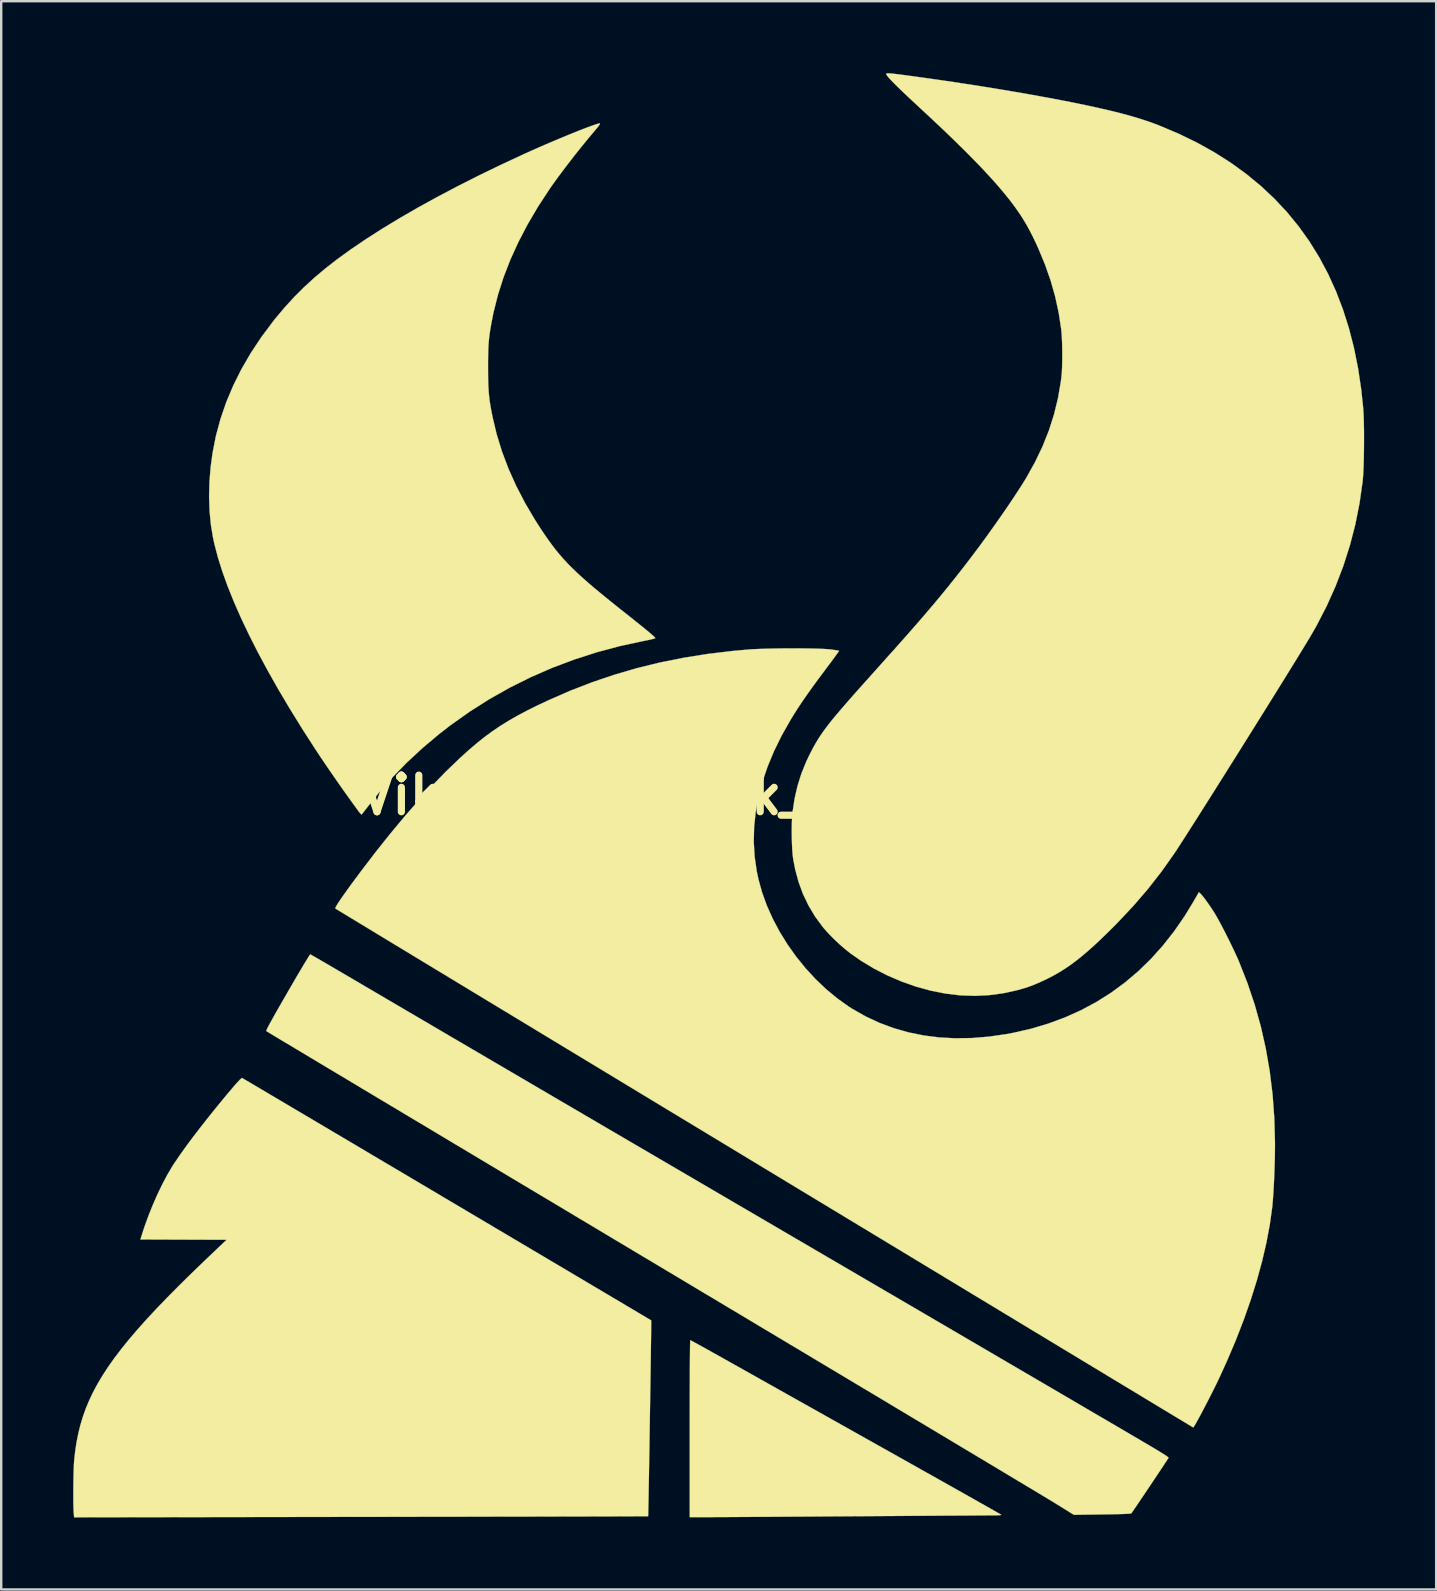
<source format=kicad_pcb>
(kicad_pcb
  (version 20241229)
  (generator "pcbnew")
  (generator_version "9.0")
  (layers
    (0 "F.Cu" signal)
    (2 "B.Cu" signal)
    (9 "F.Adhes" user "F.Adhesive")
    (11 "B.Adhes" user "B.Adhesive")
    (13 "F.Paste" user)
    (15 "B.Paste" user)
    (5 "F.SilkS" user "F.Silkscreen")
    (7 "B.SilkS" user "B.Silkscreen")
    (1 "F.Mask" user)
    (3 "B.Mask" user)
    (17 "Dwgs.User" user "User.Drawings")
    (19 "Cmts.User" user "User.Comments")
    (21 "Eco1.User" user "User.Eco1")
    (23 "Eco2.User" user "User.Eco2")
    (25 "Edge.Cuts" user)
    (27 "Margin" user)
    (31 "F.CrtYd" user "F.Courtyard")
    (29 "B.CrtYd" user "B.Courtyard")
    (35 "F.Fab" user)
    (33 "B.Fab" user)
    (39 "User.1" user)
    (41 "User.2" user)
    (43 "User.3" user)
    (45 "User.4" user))
  (footprint "VikingLogo_Silk_54x60mm"
    (layer "F.Cu")
    (at 26.88 30.079)
    (property "Reference" "VikingLogo_Silk_54x60mm" (at 0 0 0) (layer "F.SilkS") (effects (font (size 1.524 1.524) (thickness 0.3))))
    (attr through_hole)
    (fp_poly (pts (xy -1.146 22.717) (xy -1.079 22.752) (xy -0.975 22.809) (xy -0.837 22.885) (xy -0.668 22.979) (xy -0.471 23.088) (xy -0.249 23.212) (xy -0.007 23.347) (xy 0.253 23.493) (xy 0.527 23.647) (xy 0.679 23.732) (xy 0.888 23.849) (xy 1.139 23.99) (xy 1.427 24.152) (xy 1.75 24.334) (xy 2.104 24.533) (xy 2.486 24.747) (xy 2.892 24.976) (xy 3.32 25.216) (xy 3.766 25.466) (xy 4.227 25.725) (xy 4.699 25.99) (xy 5.179 26.26) (xy 5.664 26.532) (xy 6.151 26.806) (xy 6.636 27.078) (xy 7.116 27.347) (xy 7.132 27.356) (xy 7.582 27.609) (xy 8.02 27.855) (xy 8.445 28.094) (xy 8.853 28.323) (xy 9.244 28.543) (xy 9.615 28.752) (xy 9.964 28.948) (xy 10.288 29.131) (xy 10.587 29.299) (xy 10.857 29.452) (xy 11.097 29.587) (xy 11.304 29.704) (xy 11.477 29.802) (xy 11.613 29.88) (xy 11.711 29.936) (xy 11.768 29.969) (xy 11.783 29.978) (xy 11.77 29.988) (xy 11.709 29.996) (xy 11.605 30.001) (xy 11.466 30.003) (xy 11.407 30.003) (xy 11.301 30.003) (xy 11.148 30.004) (xy 10.953 30.005) (xy 10.716 30.007) (xy 10.441 30.009) (xy 10.131 30.011) (xy 9.787 30.013) (xy 9.412 30.015) (xy 9.009 30.018) (xy 8.58 30.021) (xy 8.128 30.023) (xy 7.655 30.027) (xy 7.164 30.03) (xy 6.658 30.033) (xy 6.138 30.037) (xy 5.619 30.04) (xy 5.084 30.044) (xy 4.557 30.047) (xy 4.04 30.051) (xy 3.537 30.054) (xy 3.05 30.057) (xy 2.583 30.06) (xy 2.136 30.063) (xy 1.714 30.065) (xy 1.319 30.068) (xy 0.954 30.07) (xy 0.62 30.072) (xy 0.322 30.074) (xy 0.062 30.075) (xy -0.158 30.076) (xy -0.335 30.077) (xy -0.466 30.078) (xy -0.54 30.078) (xy -1.195 30.078) (xy -1.195 26.392) (xy -1.195 25.869) (xy -1.194 25.381) (xy -1.194 24.93) (xy -1.192 24.516) (xy -1.191 24.141) (xy -1.189 23.806) (xy -1.187 23.513) (xy -1.185 23.263) (xy -1.183 23.058) (xy -1.18 22.898) (xy -1.177 22.785) (xy -1.174 22.721) (xy -1.171 22.705) (xy -1.146 22.717)) (stroke (width 0.01) (type solid)) (fill yes) (layer "F.SilkS"))
    (fp_poly (pts (xy -19.846 11.781) (xy -19.822 11.794) (xy -19.757 11.833) (xy -19.652 11.895) (xy -19.508 11.979) (xy -19.328 12.086) (xy -19.113 12.213) (xy -18.866 12.359) (xy -18.587 12.524) (xy -18.279 12.706) (xy -17.944 12.905) (xy -17.583 13.119) (xy -17.198 13.346) (xy -16.791 13.587) (xy -16.364 13.84) (xy -15.919 14.104) (xy -15.457 14.377) (xy -14.981 14.659) (xy -14.492 14.949) (xy -13.991 15.246) (xy -13.481 15.548) (xy -12.964 15.854) (xy -12.441 16.164) (xy -11.914 16.476) (xy -11.386 16.79) (xy -10.857 17.103) (xy -10.329 17.416) (xy -9.805 17.726) (xy -9.287 18.034) (xy -8.775 18.337) (xy -8.272 18.635) (xy -7.78 18.927) (xy -7.3 19.211) (xy -6.835 19.487) (xy -6.385 19.753) (xy -5.954 20.009) (xy -5.542 20.253) (xy -5.152 20.485) (xy -4.785 20.702) (xy -4.444 20.905) (xy -4.129 21.091) (xy -3.844 21.261) (xy -3.588 21.412) (xy -3.366 21.545) (xy -3.177 21.657) (xy -3.025 21.747) (xy -2.91 21.815) (xy -2.835 21.86) (xy -2.802 21.88) (xy -2.8 21.881) (xy -2.8 21.907) (xy -2.8 21.98) (xy -2.801 22.098) (xy -2.802 22.257) (xy -2.804 22.453) (xy -2.807 22.684) (xy -2.811 22.945) (xy -2.815 23.235) (xy -2.819 23.55) (xy -2.824 23.885) (xy -2.829 24.239) (xy -2.835 24.607) (xy -2.841 24.987) (xy -2.847 25.375) (xy -2.853 25.768) (xy -2.859 26.162) (xy -2.865 26.555) (xy -2.871 26.943) (xy -2.877 27.323) (xy -2.884 27.691) (xy -2.889 28.044) (xy -2.895 28.379) (xy -2.901 28.693) (xy -2.906 28.982) (xy -2.91 29.243) (xy -2.915 29.473) (xy -2.919 29.669) (xy -2.922 29.826) (xy -2.925 29.943) (xy -2.927 30.015) (xy -2.928 30.04) (xy -2.954 30.04) (xy -3.029 30.041) (xy -3.152 30.042) (xy -3.321 30.042) (xy -3.534 30.043) (xy -3.79 30.044) (xy -4.088 30.045) (xy -4.426 30.046) (xy -4.802 30.047) (xy -5.214 30.048) (xy -5.662 30.049) (xy -6.144 30.05) (xy -6.657 30.051) (xy -7.201 30.053) (xy -7.773 30.054) (xy -8.373 30.055) (xy -8.999 30.056) (xy -9.649 30.057) (xy -10.321 30.059) (xy -11.014 30.06) (xy -11.727 30.061) (xy -12.457 30.062) (xy -13.204 30.064) (xy -13.966 30.065) (xy -14.741 30.066) (xy -14.889 30.066) (xy -26.841 30.085) (xy -26.858 29.91) (xy -26.865 29.798) (xy -26.87 29.644) (xy -26.874 29.456) (xy -26.875 29.243) (xy -26.875 29.013) (xy -26.874 28.774) (xy -26.87 28.536) (xy -26.865 28.307) (xy -26.859 28.095) (xy -26.852 27.908) (xy -26.843 27.756) (xy -26.837 27.685) (xy -26.795 27.311) (xy -26.739 26.948) (xy -26.668 26.592) (xy -26.582 26.243) (xy -26.479 25.899) (xy -26.357 25.556) (xy -26.215 25.215) (xy -26.052 24.872) (xy -25.867 24.526) (xy -25.657 24.174) (xy -25.423 23.815) (xy -25.162 23.447) (xy -24.873 23.067) (xy -24.556 22.675) (xy -24.208 22.267) (xy -23.828 21.842) (xy -23.415 21.398) (xy -22.968 20.933) (xy -22.485 20.446) (xy -21.965 19.933) (xy -21.406 19.394) (xy -20.916 18.927) (xy -20.488 18.522) (xy -22.285 18.516) (xy -24.081 18.509) (xy -24.064 18.452) (xy -23.917 17.996) (xy -23.75 17.535) (xy -23.568 17.079) (xy -23.374 16.637) (xy -23.171 16.216) (xy -22.965 15.825) (xy -22.758 15.473) (xy -22.675 15.344) (xy -22.444 15.004) (xy -22.177 14.63) (xy -21.877 14.226) (xy -21.544 13.794) (xy -21.181 13.334) (xy -20.928 13.02) (xy -20.695 12.736) (xy -20.49 12.487) (xy -20.311 12.275) (xy -20.161 12.1) (xy -20.038 11.962) (xy -19.945 11.862) (xy -19.881 11.801) (xy -19.848 11.78) (xy -19.846 11.781)) (stroke (width 0.01) (type solid)) (fill yes) (layer "F.SilkS"))
    (fp_poly (pts (xy -16.977 6.645) (xy -16.911 6.683) (xy -16.808 6.742) (xy -16.672 6.821) (xy -16.507 6.916) (xy -16.316 7.027) (xy -16.104 7.151) (xy -15.874 7.286) (xy -15.629 7.429) (xy -15.498 7.506) (xy -14.63 8.016) (xy -13.761 8.526) (xy -12.889 9.038) (xy -12.011 9.552) (xy -11.126 10.072) (xy -10.231 10.596) (xy -9.324 11.128) (xy -8.403 11.668) (xy -7.465 12.218) (xy -6.508 12.778) (xy -5.53 13.351) (xy -4.529 13.937) (xy -3.502 14.538) (xy -2.447 15.155) (xy -1.363 15.789) (xy -0.246 16.443) (xy 0.905 17.116) (xy 2.092 17.81) (xy 3.319 18.528) (xy 4.587 19.269) (xy 4.907 19.456) (xy 5.878 20.024) (xy 6.83 20.581) (xy 7.762 21.125) (xy 8.671 21.657) (xy 9.557 22.175) (xy 10.417 22.678) (xy 11.25 23.166) (xy 12.055 23.637) (xy 12.83 24.09) (xy 13.574 24.525) (xy 14.284 24.941) (xy 14.959 25.336) (xy 15.598 25.711) (xy 16.2 26.063) (xy 16.762 26.392) (xy 17.282 26.697) (xy 17.691 26.937) (xy 17.955 27.092) (xy 18.177 27.224) (xy 18.359 27.334) (xy 18.503 27.423) (xy 18.613 27.492) (xy 18.689 27.545) (xy 18.735 27.58) (xy 18.753 27.601) (xy 18.753 27.605) (xy 18.736 27.633) (xy 18.694 27.698) (xy 18.63 27.795) (xy 18.548 27.921) (xy 18.449 28.069) (xy 18.338 28.236) (xy 18.218 28.416) (xy 18.092 28.605) (xy 17.963 28.798) (xy 17.834 28.989) (xy 17.709 29.175) (xy 17.591 29.351) (xy 17.483 29.511) (xy 17.388 29.652) (xy 17.309 29.767) (xy 17.25 29.853) (xy 17.213 29.905) (xy 17.203 29.918) (xy 17.18 29.925) (xy 17.123 29.933) (xy 17.029 29.939) (xy 16.898 29.945) (xy 16.725 29.95) (xy 16.509 29.956) (xy 16.246 29.96) (xy 15.993 29.964) (xy 14.81 29.981) (xy 14.09 29.534) (xy 14.031 29.497) (xy 13.929 29.435) (xy 13.785 29.349) (xy 13.602 29.238) (xy 13.379 29.104) (xy 13.118 28.947) (xy 12.821 28.769) (xy 12.488 28.569) (xy 12.12 28.349) (xy 11.719 28.108) (xy 11.286 27.848) (xy 10.822 27.57) (xy 10.327 27.274) (xy 9.804 26.961) (xy 9.254 26.631) (xy 8.676 26.285) (xy 8.074 25.925) (xy 7.447 25.549) (xy 6.797 25.16) (xy 6.125 24.758) (xy 5.432 24.344) (xy 4.719 23.917) (xy 3.988 23.48) (xy 3.24 23.032) (xy 2.475 22.575) (xy 1.695 22.109) (xy 0.901 21.634) (xy 0.095 21.152) (xy -0.724 20.663) (xy -1.552 20.167) (xy -2.391 19.666) (xy -2.716 19.472) (xy -3.553 18.972) (xy -4.379 18.478) (xy -5.193 17.991) (xy -5.994 17.512) (xy -6.781 17.041) (xy -7.554 16.58) (xy -8.31 16.128) (xy -9.049 15.686) (xy -9.77 15.255) (xy -10.471 14.835) (xy -11.153 14.428) (xy -11.812 14.033) (xy -12.449 13.652) (xy -13.063 13.285) (xy -13.651 12.933) (xy -14.214 12.597) (xy -14.75 12.276) (xy -15.258 11.972) (xy -15.737 11.685) (xy -16.186 11.417) (xy -16.604 11.167) (xy -16.989 10.936) (xy -17.341 10.725) (xy -17.658 10.535) (xy -17.94 10.366) (xy -18.186 10.219) (xy -18.394 10.094) (xy -18.563 9.993) (xy -18.692 9.915) (xy -18.78 9.862) (xy -18.826 9.833) (xy -18.833 9.829) (xy -18.834 9.814) (xy -18.823 9.779) (xy -18.797 9.722) (xy -18.756 9.64) (xy -18.698 9.532) (xy -18.622 9.394) (xy -18.528 9.224) (xy -18.412 9.019) (xy -18.275 8.778) (xy -18.114 8.498) (xy -17.949 8.212) (xy -17.799 7.952) (xy -17.655 7.705) (xy -17.521 7.475) (xy -17.397 7.266) (xy -17.287 7.08) (xy -17.191 6.922) (xy -17.113 6.795) (xy -17.055 6.702) (xy -17.017 6.646) (xy -17.004 6.631) (xy -16.977 6.645)) (stroke (width 0.01) (type solid)) (fill yes) (layer "F.SilkS"))
    (fp_poly (pts (xy -4.937 -27.988) (xy -4.935 -27.966) (xy -4.97 -27.91) (xy -5.04 -27.818) (xy -5.127 -27.714) (xy -5.404 -27.384) (xy -5.687 -27.038) (xy -5.969 -26.685) (xy -6.243 -26.332) (xy -6.504 -25.989) (xy -6.745 -25.664) (xy -6.959 -25.364) (xy -7.022 -25.273) (xy -7.509 -24.53) (xy -7.945 -23.789) (xy -8.331 -23.05) (xy -8.666 -22.314) (xy -8.951 -21.579) (xy -9.185 -20.846) (xy -9.37 -20.114) (xy -9.456 -19.679) (xy -9.493 -19.467) (xy -9.523 -19.28) (xy -9.546 -19.108) (xy -9.564 -18.942) (xy -9.577 -18.773) (xy -9.587 -18.591) (xy -9.592 -18.388) (xy -9.596 -18.154) (xy -9.597 -17.879) (xy -9.597 -17.836) (xy -9.596 -17.528) (xy -9.592 -17.262) (xy -9.584 -17.026) (xy -9.571 -16.812) (xy -9.552 -16.61) (xy -9.527 -16.409) (xy -9.494 -16.201) (xy -9.453 -15.975) (xy -9.409 -15.755) (xy -9.238 -15.036) (xy -9.017 -14.319) (xy -8.747 -13.604) (xy -8.427 -12.89) (xy -8.057 -12.176) (xy -7.636 -11.462) (xy -7.386 -11.073) (xy -7.228 -10.838) (xy -7.074 -10.618) (xy -6.923 -10.411) (xy -6.77 -10.213) (xy -6.613 -10.021) (xy -6.448 -9.833) (xy -6.273 -9.644) (xy -6.084 -9.453) (xy -5.878 -9.256) (xy -5.652 -9.049) (xy -5.403 -8.83) (xy -5.128 -8.596) (xy -4.823 -8.344) (xy -4.486 -8.07) (xy -4.114 -7.772) (xy -3.792 -7.517) (xy -3.515 -7.297) (xy -3.278 -7.107) (xy -3.079 -6.946) (xy -2.918 -6.814) (xy -2.793 -6.708) (xy -2.704 -6.629) (xy -2.649 -6.575) (xy -2.627 -6.546) (xy -2.648 -6.533) (xy -2.714 -6.513) (xy -2.818 -6.487) (xy -2.956 -6.457) (xy -3.121 -6.424) (xy -3.133 -6.422) (xy -4.113 -6.211) (xy -5.074 -5.953) (xy -6.014 -5.65) (xy -6.934 -5.303) (xy -7.83 -4.911) (xy -8.702 -4.476) (xy -9.548 -3.999) (xy -10.367 -3.479) (xy -11.158 -2.918) (xy -11.645 -2.54) (xy -12.329 -1.964) (xy -12.975 -1.365) (xy -13.579 -0.747) (xy -14.139 -0.113) (xy -14.595 0.461) (xy -14.682 0.574) (xy -14.758 0.672) (xy -14.818 0.747) (xy -14.857 0.794) (xy -14.87 0.806) (xy -14.891 0.79) (xy -14.935 0.741) (xy -14.991 0.67) (xy -15.009 0.646) (xy -15.202 0.381) (xy -15.416 0.084) (xy -15.644 -0.237) (xy -15.879 -0.572) (xy -16.113 -0.91) (xy -16.341 -1.243) (xy -16.555 -1.559) (xy -16.748 -1.85) (xy -16.819 -1.958) (xy -17.361 -2.802) (xy -17.869 -3.624) (xy -18.343 -4.424) (xy -18.782 -5.201) (xy -19.187 -5.954) (xy -19.555 -6.681) (xy -19.888 -7.382) (xy -20.184 -8.055) (xy -20.444 -8.701) (xy -20.666 -9.317) (xy -20.85 -9.903) (xy -20.996 -10.458) (xy -21.053 -10.717) (xy -21.144 -11.263) (xy -21.199 -11.84) (xy -21.219 -12.439) (xy -21.204 -13.055) (xy -21.153 -13.68) (xy -21.074 -14.264) (xy -20.932 -14.98) (xy -20.741 -15.686) (xy -20.501 -16.383) (xy -20.21 -17.071) (xy -19.871 -17.751) (xy -19.481 -18.422) (xy -19.041 -19.086) (xy -18.551 -19.741) (xy -18.449 -19.87) (xy -18.069 -20.322) (xy -17.678 -20.749) (xy -17.27 -21.158) (xy -16.838 -21.554) (xy -16.376 -21.943) (xy -15.878 -22.331) (xy -15.336 -22.723) (xy -15.299 -22.749) (xy -14.669 -23.176) (xy -13.992 -23.609) (xy -13.269 -24.047) (xy -12.505 -24.488) (xy -11.701 -24.93) (xy -10.861 -25.373) (xy -9.987 -25.815) (xy -9.081 -26.254) (xy -8.147 -26.689) (xy -8.06 -26.729) (xy -7.777 -26.856) (xy -7.488 -26.984) (xy -7.196 -27.111) (xy -6.905 -27.236) (xy -6.619 -27.356) (xy -6.343 -27.471) (xy -6.079 -27.578) (xy -5.833 -27.677) (xy -5.609 -27.765) (xy -5.409 -27.84) (xy -5.239 -27.902) (xy -5.102 -27.949) (xy -5.003 -27.978) (xy -4.945 -27.989) (xy -4.937 -27.988)) (stroke (width 0.01) (type solid)) (fill yes) (layer "F.SilkS"))
    (fp_poly (pts (xy 3.354 -6.116) (xy 3.636 -6.114) (xy 3.901 -6.11) (xy 4.143 -6.104) (xy 4.356 -6.095) (xy 4.532 -6.085) (xy 4.666 -6.073) (xy 4.703 -6.069) (xy 4.824 -6.051) (xy 4.925 -6.035) (xy 4.996 -6.022) (xy 5.028 -6.015) (xy 5.028 -6.015) (xy 5.015 -5.993) (xy 4.975 -5.936) (xy 4.91 -5.846) (xy 4.824 -5.729) (xy 4.721 -5.588) (xy 4.602 -5.429) (xy 4.472 -5.255) (xy 4.419 -5.184) (xy 4.158 -4.834) (xy 3.927 -4.518) (xy 3.72 -4.228) (xy 3.532 -3.958) (xy 3.361 -3.703) (xy 3.202 -3.457) (xy 3.05 -3.212) (xy 2.999 -3.127) (xy 2.632 -2.479) (xy 2.316 -1.834) (xy 2.05 -1.194) (xy 1.834 -0.557) (xy 1.669 0.075) (xy 1.553 0.702) (xy 1.488 1.324) (xy 1.473 1.941) (xy 1.509 2.552) (xy 1.595 3.158) (xy 1.667 3.5) (xy 1.821 4.055) (xy 2.022 4.609) (xy 2.268 5.157) (xy 2.555 5.696) (xy 2.879 6.22) (xy 3.238 6.725) (xy 3.628 7.207) (xy 4.046 7.66) (xy 4.488 8.082) (xy 4.952 8.466) (xy 5.434 8.809) (xy 5.572 8.897) (xy 6.127 9.213) (xy 6.701 9.482) (xy 7.296 9.704) (xy 7.911 9.88) (xy 8.545 10.009) (xy 9.198 10.092) (xy 9.87 10.128) (xy 10.56 10.117) (xy 11.268 10.059) (xy 11.994 9.954) (xy 12.28 9.901) (xy 13.029 9.729) (xy 13.75 9.514) (xy 14.444 9.257) (xy 15.11 8.957) (xy 15.748 8.615) (xy 16.358 8.23) (xy 16.94 7.802) (xy 17.494 7.333) (xy 18.02 6.821) (xy 18.517 6.267) (xy 18.986 5.671) (xy 19.427 5.033) (xy 19.796 4.427) (xy 20.018 4.041) (xy 20.08 4.099) (xy 20.144 4.168) (xy 20.229 4.272) (xy 20.326 4.402) (xy 20.431 4.549) (xy 20.537 4.705) (xy 20.638 4.86) (xy 20.71 4.977) (xy 20.799 5.134) (xy 20.905 5.327) (xy 21.021 5.548) (xy 21.144 5.787) (xy 21.268 6.035) (xy 21.388 6.282) (xy 21.501 6.518) (xy 21.601 6.734) (xy 21.683 6.92) (xy 21.686 6.928) (xy 22.036 7.816) (xy 22.339 8.715) (xy 22.596 9.629) (xy 22.805 10.557) (xy 22.969 11.503) (xy 23.087 12.468) (xy 23.16 13.453) (xy 23.187 14.46) (xy 23.187 14.594) (xy 23.185 14.866) (xy 23.18 15.159) (xy 23.171 15.467) (xy 23.16 15.779) (xy 23.147 16.088) (xy 23.132 16.384) (xy 23.115 16.658) (xy 23.097 16.902) (xy 23.079 17.106) (xy 23.073 17.162) (xy 22.973 17.882) (xy 22.833 18.63) (xy 22.654 19.402) (xy 22.437 20.197) (xy 22.182 21.011) (xy 21.891 21.842) (xy 21.564 22.686) (xy 21.201 23.542) (xy 20.888 24.23) (xy 20.806 24.404) (xy 20.714 24.593) (xy 20.614 24.794) (xy 20.51 25.001) (xy 20.403 25.21) (xy 20.297 25.415) (xy 20.194 25.612) (xy 20.097 25.795) (xy 20.008 25.96) (xy 19.93 26.101) (xy 19.866 26.214) (xy 19.818 26.294) (xy 19.788 26.336) (xy 19.782 26.34) (xy 19.759 26.327) (xy 19.695 26.289) (xy 19.588 26.225) (xy 19.442 26.136) (xy 19.256 26.024) (xy 19.031 25.889) (xy 18.769 25.731) (xy 18.471 25.551) (xy 18.137 25.349) (xy 17.769 25.127) (xy 17.368 24.884) (xy 16.934 24.622) (xy 16.469 24.342) (xy 15.974 24.042) (xy 15.449 23.725) (xy 14.897 23.391) (xy 14.317 23.041) (xy 13.711 22.674) (xy 13.079 22.293) (xy 12.424 21.896) (xy 11.745 21.486) (xy 11.044 21.062) (xy 10.322 20.626) (xy 9.58 20.177) (xy 8.819 19.717) (xy 8.04 19.246) (xy 7.244 18.764) (xy 6.431 18.273) (xy 5.604 17.773) (xy 4.763 17.264) (xy 3.909 16.748) (xy 3.042 16.224) (xy 2.165 15.693) (xy 1.92 15.545) (xy 1.039 15.012) (xy 0.17 14.486) (xy -0.688 13.967) (xy -1.533 13.456) (xy -2.365 12.953) (xy -3.182 12.459) (xy -3.983 11.974) (xy -4.767 11.499) (xy -5.534 11.036) (xy -6.282 10.583) (xy -7.01 10.142) (xy -7.717 9.714) (xy -8.403 9.299) (xy -9.065 8.898) (xy -9.704 8.512) (xy -10.318 8.14) (xy -10.906 7.784) (xy -11.467 7.444) (xy -12 7.122) (xy -12.504 6.816) (xy -12.978 6.529) (xy -13.421 6.261) (xy -13.832 6.012) (xy -14.21 5.783) (xy -14.554 5.574) (xy -14.863 5.387) (xy -15.136 5.221) (xy -15.372 5.078) (xy -15.569 4.958) (xy -15.728 4.862) (xy -15.846 4.79) (xy -15.923 4.743) (xy -15.958 4.721) (xy -15.96 4.72) (xy -15.956 4.689) (xy -15.921 4.619) (xy -15.855 4.511) (xy -15.759 4.366) (xy -15.634 4.185) (xy -15.48 3.969) (xy -15.298 3.717) (xy -15.087 3.433) (xy -14.888 3.165) (xy -14.268 2.354) (xy -13.658 1.589) (xy -13.059 0.87) (xy -12.472 0.198) (xy -11.896 -0.428) (xy -11.333 -1.005) (xy -10.782 -1.534) (xy -10.373 -1.904) (xy -10.054 -2.175) (xy -9.739 -2.426) (xy -9.42 -2.661) (xy -9.091 -2.883) (xy -8.746 -3.098) (xy -8.377 -3.31) (xy -7.979 -3.521) (xy -7.545 -3.737) (xy -7.068 -3.961) (xy -6.16 -4.357) (xy -5.247 -4.71) (xy -4.324 -5.022) (xy -3.388 -5.295) (xy -2.434 -5.528) (xy -1.457 -5.724) (xy -0.454 -5.884) (xy 0.58 -6.008) (xy 1.246 -6.068) (xy 1.436 -6.081) (xy 1.659 -6.091) (xy 1.91 -6.1) (xy 2.182 -6.107) (xy 2.469 -6.112) (xy 2.764 -6.116) (xy 3.061 -6.117) (xy 3.354 -6.116)) (stroke (width 0.01) (type solid)) (fill yes) (layer "F.SilkS"))
    (fp_poly (pts (xy 7.161 -30.07) (xy 7.262 -30.061) (xy 7.396 -30.045) (xy 7.567 -30.024) (xy 7.78 -29.996) (xy 8.016 -29.964) (xy 8.748 -29.863) (xy 9.483 -29.758) (xy 10.217 -29.647) (xy 10.945 -29.534) (xy 11.661 -29.418) (xy 12.36 -29.301) (xy 13.037 -29.183) (xy 13.688 -29.065) (xy 14.307 -28.948) (xy 14.889 -28.833) (xy 15.429 -28.721) (xy 15.802 -28.639) (xy 16.282 -28.529) (xy 16.718 -28.421) (xy 17.117 -28.314) (xy 17.485 -28.206) (xy 17.828 -28.096) (xy 18.153 -27.981) (xy 18.37 -27.898) (xy 19.174 -27.558) (xy 19.938 -27.187) (xy 20.662 -26.784) (xy 21.346 -26.349) (xy 21.991 -25.882) (xy 22.597 -25.383) (xy 23.162 -24.853) (xy 23.689 -24.29) (xy 24.175 -23.696) (xy 24.623 -23.07) (xy 25.03 -22.411) (xy 25.399 -21.721) (xy 25.727 -20.999) (xy 26.017 -20.244) (xy 26.267 -19.457) (xy 26.478 -18.639) (xy 26.649 -17.787) (xy 26.781 -16.904) (xy 26.863 -16.121) (xy 26.875 -15.939) (xy 26.885 -15.718) (xy 26.891 -15.465) (xy 26.896 -15.189) (xy 26.897 -14.897) (xy 26.896 -14.598) (xy 26.893 -14.3) (xy 26.888 -14.01) (xy 26.88 -13.738) (xy 26.87 -13.49) (xy 26.857 -13.275) (xy 26.843 -13.101) (xy 26.839 -13.069) (xy 26.711 -12.168) (xy 26.535 -11.281) (xy 26.309 -10.408) (xy 26.035 -9.55) (xy 25.712 -8.708) (xy 25.342 -7.881) (xy 24.923 -7.07) (xy 24.719 -6.712) (xy 24.637 -6.573) (xy 24.529 -6.394) (xy 24.398 -6.178) (xy 24.245 -5.928) (xy 24.073 -5.647) (xy 23.882 -5.339) (xy 23.676 -5.005) (xy 23.456 -4.65) (xy 23.224 -4.276) (xy 22.981 -3.887) (xy 22.73 -3.484) (xy 22.473 -3.072) (xy 22.211 -2.653) (xy 21.947 -2.231) (xy 21.682 -1.807) (xy 21.418 -1.387) (xy 21.156 -0.971) (xy 20.9 -0.564) (xy 20.651 -0.168) (xy 20.41 0.213) (xy 20.18 0.576) (xy 19.963 0.92) (xy 19.759 1.239) (xy 19.572 1.533) (xy 19.404 1.796) (xy 19.255 2.027) (xy 19.128 2.223) (xy 19.025 2.38) (xy 18.984 2.441) (xy 18.462 3.18) (xy 17.894 3.907) (xy 17.278 4.622) (xy 16.613 5.329) (xy 16.476 5.467) (xy 16.127 5.812) (xy 15.805 6.12) (xy 15.506 6.394) (xy 15.224 6.638) (xy 14.957 6.855) (xy 14.7 7.049) (xy 14.447 7.223) (xy 14.196 7.38) (xy 13.942 7.524) (xy 13.692 7.652) (xy 13.421 7.78) (xy 13.178 7.885) (xy 12.946 7.974) (xy 12.709 8.051) (xy 12.453 8.123) (xy 12.45 8.124) (xy 11.86 8.253) (xy 11.266 8.332) (xy 10.669 8.36) (xy 10.074 8.338) (xy 10.056 8.337) (xy 9.448 8.263) (xy 8.836 8.141) (xy 8.227 7.973) (xy 7.626 7.761) (xy 7.039 7.509) (xy 6.47 7.217) (xy 5.927 6.888) (xy 5.496 6.586) (xy 5.269 6.405) (xy 5.032 6.198) (xy 4.798 5.977) (xy 4.579 5.753) (xy 4.388 5.538) (xy 4.34 5.479) (xy 4.024 5.049) (xy 3.753 4.595) (xy 3.524 4.117) (xy 3.339 3.612) (xy 3.196 3.08) (xy 3.113 2.644) (xy 3.093 2.478) (xy 3.077 2.273) (xy 3.065 2.039) (xy 3.058 1.788) (xy 3.055 1.531) (xy 3.057 1.279) (xy 3.064 1.044) (xy 3.076 0.836) (xy 3.088 0.712) (xy 3.173 0.15) (xy 3.295 -0.384) (xy 3.457 -0.9) (xy 3.663 -1.407) (xy 3.792 -1.678) (xy 3.88 -1.85) (xy 3.967 -2.014) (xy 4.055 -2.17) (xy 4.148 -2.324) (xy 4.247 -2.478) (xy 4.356 -2.636) (xy 4.477 -2.802) (xy 4.612 -2.978) (xy 4.764 -3.169) (xy 4.937 -3.376) (xy 5.131 -3.605) (xy 5.351 -3.859) (xy 5.598 -4.14) (xy 5.875 -4.452) (xy 6.098 -4.702) (xy 6.264 -4.886) (xy 6.453 -5.098) (xy 6.659 -5.328) (xy 6.87 -5.564) (xy 7.077 -5.796) (xy 7.273 -6.014) (xy 7.384 -6.138) (xy 7.814 -6.622) (xy 8.212 -7.075) (xy 8.584 -7.504) (xy 8.933 -7.915) (xy 9.265 -8.312) (xy 9.584 -8.703) (xy 9.895 -9.092) (xy 10.203 -9.485) (xy 10.512 -9.888) (xy 10.698 -10.135) (xy 10.938 -10.457) (xy 11.183 -10.792) (xy 11.429 -11.136) (xy 11.673 -11.481) (xy 11.91 -11.822) (xy 12.136 -12.153) (xy 12.346 -12.468) (xy 12.537 -12.76) (xy 12.705 -13.023) (xy 12.834 -13.234) (xy 13.194 -13.882) (xy 13.505 -14.533) (xy 13.767 -15.19) (xy 13.98 -15.856) (xy 14.146 -16.532) (xy 14.265 -17.222) (xy 14.294 -17.455) (xy 14.308 -17.62) (xy 14.318 -17.825) (xy 14.324 -18.059) (xy 14.326 -18.309) (xy 14.324 -18.566) (xy 14.319 -18.819) (xy 14.309 -19.055) (xy 14.296 -19.264) (xy 14.28 -19.425) (xy 14.177 -20.1) (xy 14.032 -20.766) (xy 13.845 -21.429) (xy 13.613 -22.093) (xy 13.335 -22.766) (xy 13.235 -22.986) (xy 13.086 -23.297) (xy 12.944 -23.572) (xy 12.801 -23.826) (xy 12.65 -24.073) (xy 12.547 -24.23) (xy 12.359 -24.5) (xy 12.146 -24.784) (xy 11.905 -25.083) (xy 11.637 -25.4) (xy 11.339 -25.734) (xy 11.01 -26.089) (xy 10.648 -26.465) (xy 10.253 -26.864) (xy 9.821 -27.287) (xy 9.354 -27.737) (xy 8.847 -28.214) (xy 8.441 -28.592) (xy 8.142 -28.87) (xy 7.879 -29.115) (xy 7.653 -29.33) (xy 7.462 -29.514) (xy 7.306 -29.67) (xy 7.182 -29.798) (xy 7.09 -29.899) (xy 7.029 -29.974) (xy 6.997 -30.024) (xy 6.992 -30.043) (xy 6.996 -30.058) (xy 7.01 -30.068) (xy 7.039 -30.073) (xy 7.088 -30.074) (xy 7.161 -30.07)) (stroke (width 0.01) (type solid)) (fill yes) (layer "F.SilkS")))
  (gr_rect
    (start -3 -3)
    (end 56.783 63.17)
    (stroke (width 0.1) (type default))
    (fill no)
    (layer "Edge.Cuts")))
</source>
